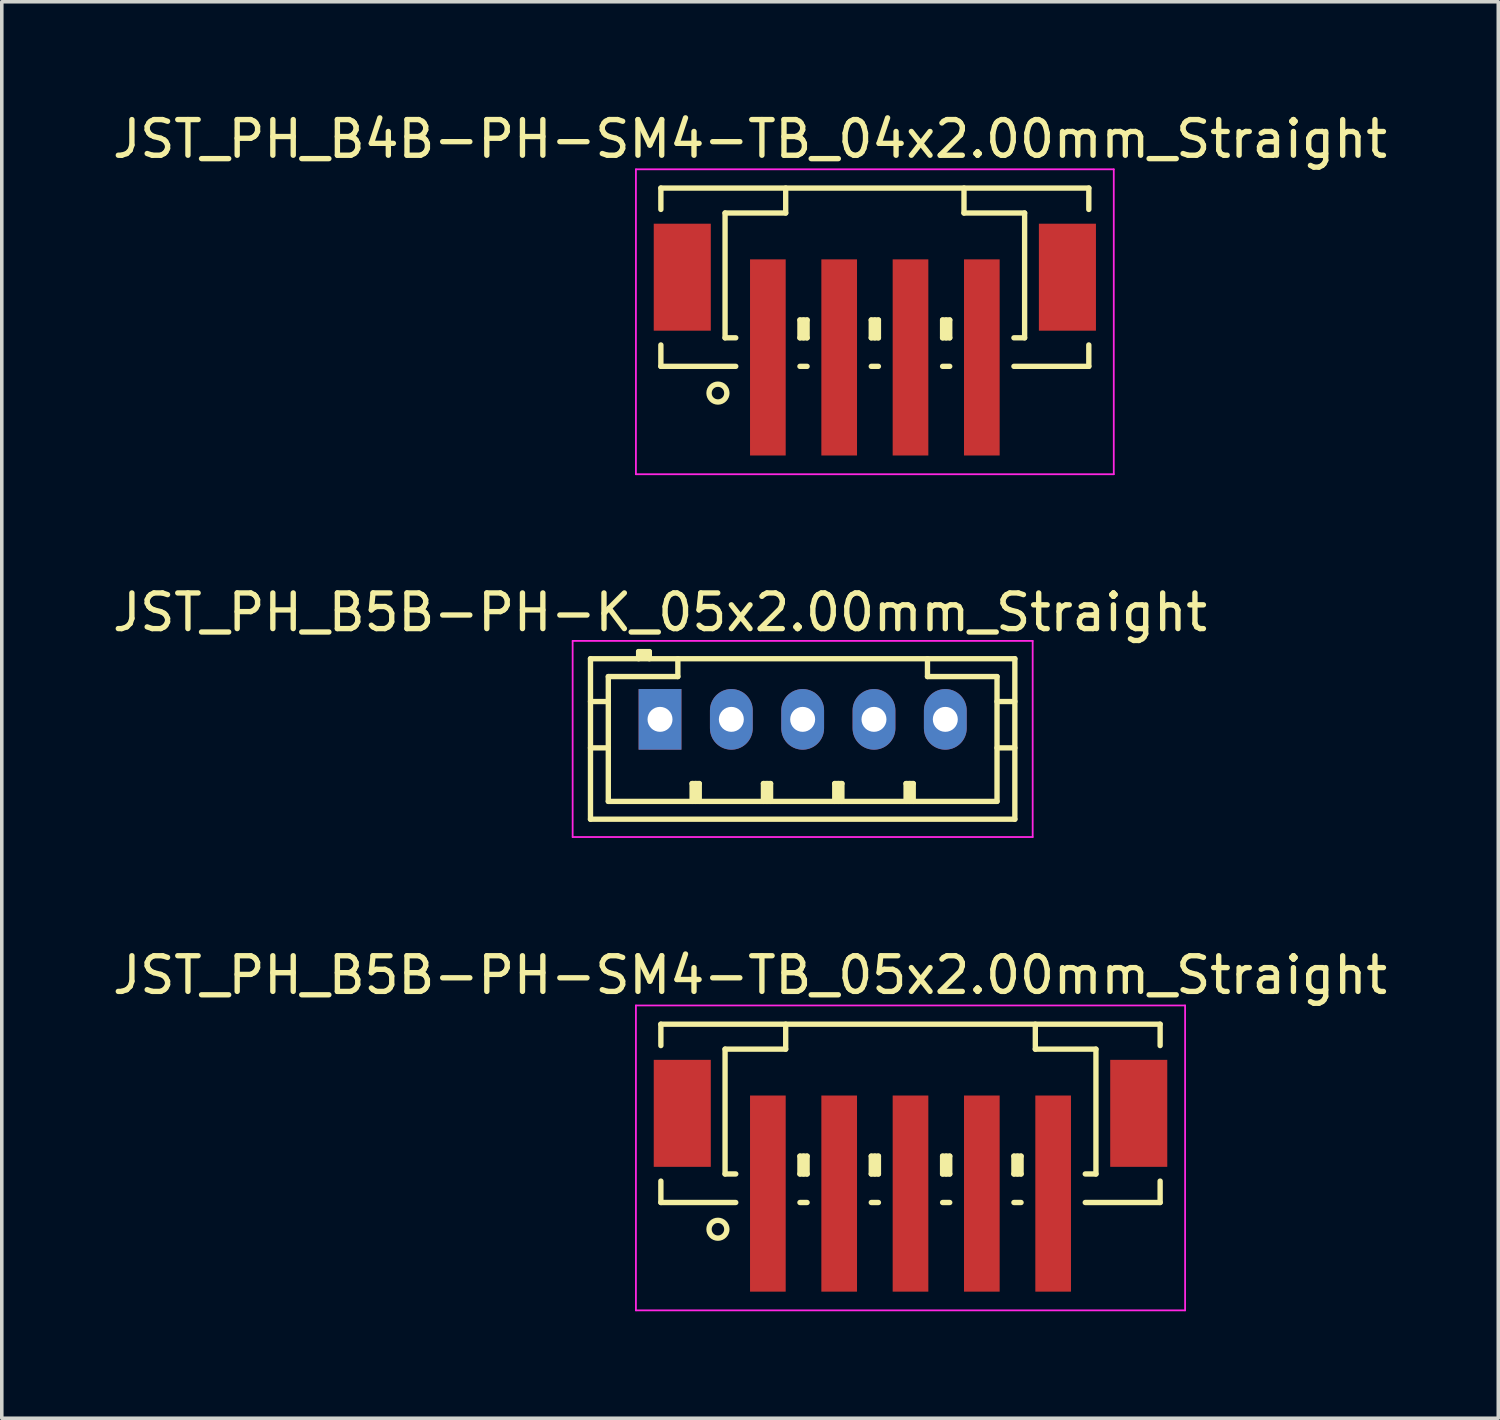
<source format=kicad_pcb>
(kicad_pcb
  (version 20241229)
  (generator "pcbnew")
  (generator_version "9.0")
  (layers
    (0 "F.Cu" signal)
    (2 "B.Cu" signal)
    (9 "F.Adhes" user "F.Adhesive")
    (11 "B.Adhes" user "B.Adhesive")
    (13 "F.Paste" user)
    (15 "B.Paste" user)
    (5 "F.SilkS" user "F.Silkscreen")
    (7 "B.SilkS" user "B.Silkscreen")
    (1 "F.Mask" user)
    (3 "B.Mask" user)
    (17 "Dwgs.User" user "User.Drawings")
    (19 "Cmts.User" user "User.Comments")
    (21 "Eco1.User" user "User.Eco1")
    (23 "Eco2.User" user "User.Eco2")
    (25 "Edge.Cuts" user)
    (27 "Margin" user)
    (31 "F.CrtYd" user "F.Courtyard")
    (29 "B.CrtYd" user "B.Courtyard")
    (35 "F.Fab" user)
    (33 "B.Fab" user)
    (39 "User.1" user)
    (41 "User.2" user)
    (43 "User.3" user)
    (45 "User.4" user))
  (footprint "JST_PH_B4B-PH-SM4-TB_04x2.00mm_Straight"
    (layer "F.Cu")
    (at 21.482 5.848)
    (property "Reference" "JST_PH_B4B-PH-SM4-TB_04x2.00mm_Straight" (at -3.5 -5 0) (layer "F.SilkS") (effects (font (size 1 1) (thickness 0.15))))
    (attr smd)
    (fp_line (start -6 -3.625) (end 6 -3.625) (stroke (width 0.15) (type solid)) (layer "F.SilkS"))
    (fp_line (start -6 -3.025) (end -6 -3.625) (stroke (width 0.15) (type solid)) (layer "F.SilkS"))
    (fp_line (start -6 0.775) (end -6 1.375) (stroke (width 0.15) (type solid)) (layer "F.SilkS"))
    (fp_line (start -6 1.375) (end -3.9 1.375) (stroke (width 0.15) (type solid)) (layer "F.SilkS"))
    (fp_line (start -4.2 -2.925) (end -4.2 0.575) (stroke (width 0.15) (type solid)) (layer "F.SilkS"))
    (fp_line (start -4.2 0.575) (end -3.9 0.575) (stroke (width 0.15) (type solid)) (layer "F.SilkS"))
    (fp_line (start -2.5 -3.625) (end -2.5 -2.925) (stroke (width 0.15) (type solid)) (layer "F.SilkS"))
    (fp_line (start -2.5 -2.925) (end -4.2 -2.925) (stroke (width 0.15) (type solid)) (layer "F.SilkS"))
    (fp_line (start -2.1 0.075) (end -1.9 0.075) (stroke (width 0.15) (type solid)) (layer "F.SilkS"))
    (fp_line (start -2.1 0.575) (end -2.1 0.075) (stroke (width 0.15) (type solid)) (layer "F.SilkS"))
    (fp_line (start -2.1 0.575) (end -1.9 0.575) (stroke (width 0.15) (type solid)) (layer "F.SilkS"))
    (fp_line (start -2.1 1.375) (end -1.9 1.375) (stroke (width 0.15) (type solid)) (layer "F.SilkS"))
    (fp_line (start -2 0.575) (end -2 0.075) (stroke (width 0.15) (type solid)) (layer "F.SilkS"))
    (fp_line (start -1.9 0.075) (end -1.9 0.575) (stroke (width 0.15) (type solid)) (layer "F.SilkS"))
    (fp_line (start -0.1 0.075) (end 0.1 0.075) (stroke (width 0.15) (type solid)) (layer "F.SilkS"))
    (fp_line (start -0.1 0.575) (end -0.1 0.075) (stroke (width 0.15) (type solid)) (layer "F.SilkS"))
    (fp_line (start -0.1 0.575) (end 0.1 0.575) (stroke (width 0.15) (type solid)) (layer "F.SilkS"))
    (fp_line (start -0.1 1.375) (end 0.1 1.375) (stroke (width 0.15) (type solid)) (layer "F.SilkS"))
    (fp_line (start 0 0.575) (end 0 0.075) (stroke (width 0.15) (type solid)) (layer "F.SilkS"))
    (fp_line (start 0.1 0.075) (end 0.1 0.575) (stroke (width 0.15) (type solid)) (layer "F.SilkS"))
    (fp_line (start 1.9 0.075) (end 2.1 0.075) (stroke (width 0.15) (type solid)) (layer "F.SilkS"))
    (fp_line (start 1.9 0.575) (end 1.9 0.075) (stroke (width 0.15) (type solid)) (layer "F.SilkS"))
    (fp_line (start 1.9 0.575) (end 2.1 0.575) (stroke (width 0.15) (type solid)) (layer "F.SilkS"))
    (fp_line (start 1.9 1.375) (end 2.1 1.375) (stroke (width 0.15) (type solid)) (layer "F.SilkS"))
    (fp_line (start 2 0.575) (end 2 0.075) (stroke (width 0.15) (type solid)) (layer "F.SilkS"))
    (fp_line (start 2.1 0.075) (end 2.1 0.575) (stroke (width 0.15) (type solid)) (layer "F.SilkS"))
    (fp_line (start 2.5 -3.625) (end 2.5 -2.925) (stroke (width 0.15) (type solid)) (layer "F.SilkS"))
    (fp_line (start 2.5 -2.925) (end 4.2 -2.925) (stroke (width 0.15) (type solid)) (layer "F.SilkS"))
    (fp_line (start 4.2 -2.925) (end 4.2 0.575) (stroke (width 0.15) (type solid)) (layer "F.SilkS"))
    (fp_line (start 4.2 0.575) (end 3.9 0.575) (stroke (width 0.15) (type solid)) (layer "F.SilkS"))
    (fp_line (start 6 -3.625) (end 6 -3.025) (stroke (width 0.15) (type solid)) (layer "F.SilkS"))
    (fp_line (start 6 0.775) (end 6 1.375) (stroke (width 0.15) (type solid)) (layer "F.SilkS"))
    (fp_line (start 6 1.375) (end 3.9 1.375) (stroke (width 0.15) (type solid)) (layer "F.SilkS"))
    (fp_circle (center -4.4 2.125) (end -4.15 2.125) (stroke (width 0.15) (type solid)) (fill no) (layer "F.SilkS"))
    (fp_line (start -6.7 -4.15) (end 6.7 -4.15) (stroke (width 0.05) (type solid)) (layer "F.CrtYd"))
    (fp_line (start -6.7 4.4) (end -6.7 -4.15) (stroke (width 0.05) (type solid)) (layer "F.CrtYd"))
    (fp_line (start 6.7 -4.15) (end 6.7 4.4) (stroke (width 0.05) (type solid)) (layer "F.CrtYd"))
    (fp_line (start 6.7 4.4) (end -6.7 4.4) (stroke (width 0.05) (type solid)) (layer "F.CrtYd"))
    (pad "" smd rect (at -5.4 -1.125) (size 1.6 3) (layers "F.Cu" "F.Mask" "F.Paste"))
    (pad "" smd rect (at 5.4 -1.125) (size 1.6 3) (layers "F.Cu" "F.Mask" "F.Paste"))
    (pad "1" smd rect (at -3 1.125) (size 1 5.5) (layers "F.Cu" "F.Mask" "F.Paste"))
    (pad "2" smd rect (at -1 1.125) (size 1 5.5) (layers "F.Cu" "F.Mask" "F.Paste"))
    (pad "3" smd rect (at 1 1.125) (size 1 5.5) (layers "F.Cu" "F.Mask" "F.Paste"))
    (pad "4" smd rect (at 3 1.125) (size 1 5.5) (layers "F.Cu" "F.Mask" "F.Paste")))
  (footprint "JST_PH_B5B-PH-SM4-TB_05x2.00mm_Straight"
    (layer "F.Cu")
    (at 22.482 29.295)
    (property "Reference" "JST_PH_B5B-PH-SM4-TB_05x2.00mm_Straight" (at -4.5 -5 0) (layer "F.SilkS") (effects (font (size 1 1) (thickness 0.15))))
    (attr smd)
    (fp_line (start -7 -3.625) (end 7 -3.625) (stroke (width 0.15) (type solid)) (layer "F.SilkS"))
    (fp_line (start -7 -3.025) (end -7 -3.625) (stroke (width 0.15) (type solid)) (layer "F.SilkS"))
    (fp_line (start -7 0.775) (end -7 1.375) (stroke (width 0.15) (type solid)) (layer "F.SilkS"))
    (fp_line (start -7 1.375) (end -4.9 1.375) (stroke (width 0.15) (type solid)) (layer "F.SilkS"))
    (fp_line (start -5.2 -2.925) (end -5.2 0.575) (stroke (width 0.15) (type solid)) (layer "F.SilkS"))
    (fp_line (start -5.2 0.575) (end -4.9 0.575) (stroke (width 0.15) (type solid)) (layer "F.SilkS"))
    (fp_line (start -3.5 -3.625) (end -3.5 -2.925) (stroke (width 0.15) (type solid)) (layer "F.SilkS"))
    (fp_line (start -3.5 -2.925) (end -5.2 -2.925) (stroke (width 0.15) (type solid)) (layer "F.SilkS"))
    (fp_line (start -3.1 0.075) (end -2.9 0.075) (stroke (width 0.15) (type solid)) (layer "F.SilkS"))
    (fp_line (start -3.1 0.575) (end -3.1 0.075) (stroke (width 0.15) (type solid)) (layer "F.SilkS"))
    (fp_line (start -3.1 0.575) (end -2.9 0.575) (stroke (width 0.15) (type solid)) (layer "F.SilkS"))
    (fp_line (start -3.1 1.375) (end -2.9 1.375) (stroke (width 0.15) (type solid)) (layer "F.SilkS"))
    (fp_line (start -3 0.575) (end -3 0.075) (stroke (width 0.15) (type solid)) (layer "F.SilkS"))
    (fp_line (start -2.9 0.075) (end -2.9 0.575) (stroke (width 0.15) (type solid)) (layer "F.SilkS"))
    (fp_line (start -1.1 0.075) (end -0.9 0.075) (stroke (width 0.15) (type solid)) (layer "F.SilkS"))
    (fp_line (start -1.1 0.575) (end -1.1 0.075) (stroke (width 0.15) (type solid)) (layer "F.SilkS"))
    (fp_line (start -1.1 0.575) (end -0.9 0.575) (stroke (width 0.15) (type solid)) (layer "F.SilkS"))
    (fp_line (start -1.1 1.375) (end -0.9 1.375) (stroke (width 0.15) (type solid)) (layer "F.SilkS"))
    (fp_line (start -1 0.575) (end -1 0.075) (stroke (width 0.15) (type solid)) (layer "F.SilkS"))
    (fp_line (start -0.9 0.075) (end -0.9 0.575) (stroke (width 0.15) (type solid)) (layer "F.SilkS"))
    (fp_line (start 0.9 0.075) (end 1.1 0.075) (stroke (width 0.15) (type solid)) (layer "F.SilkS"))
    (fp_line (start 0.9 0.575) (end 0.9 0.075) (stroke (width 0.15) (type solid)) (layer "F.SilkS"))
    (fp_line (start 0.9 0.575) (end 1.1 0.575) (stroke (width 0.15) (type solid)) (layer "F.SilkS"))
    (fp_line (start 0.9 1.375) (end 1.1 1.375) (stroke (width 0.15) (type solid)) (layer "F.SilkS"))
    (fp_line (start 1 0.575) (end 1 0.075) (stroke (width 0.15) (type solid)) (layer "F.SilkS"))
    (fp_line (start 1.1 0.075) (end 1.1 0.575) (stroke (width 0.15) (type solid)) (layer "F.SilkS"))
    (fp_line (start 2.9 0.075) (end 3.1 0.075) (stroke (width 0.15) (type solid)) (layer "F.SilkS"))
    (fp_line (start 2.9 0.575) (end 2.9 0.075) (stroke (width 0.15) (type solid)) (layer "F.SilkS"))
    (fp_line (start 2.9 0.575) (end 3.1 0.575) (stroke (width 0.15) (type solid)) (layer "F.SilkS"))
    (fp_line (start 2.9 1.375) (end 3.1 1.375) (stroke (width 0.15) (type solid)) (layer "F.SilkS"))
    (fp_line (start 3 0.575) (end 3 0.075) (stroke (width 0.15) (type solid)) (layer "F.SilkS"))
    (fp_line (start 3.1 0.075) (end 3.1 0.575) (stroke (width 0.15) (type solid)) (layer "F.SilkS"))
    (fp_line (start 3.5 -3.625) (end 3.5 -2.925) (stroke (width 0.15) (type solid)) (layer "F.SilkS"))
    (fp_line (start 3.5 -2.925) (end 5.2 -2.925) (stroke (width 0.15) (type solid)) (layer "F.SilkS"))
    (fp_line (start 5.2 -2.925) (end 5.2 0.575) (stroke (width 0.15) (type solid)) (layer "F.SilkS"))
    (fp_line (start 5.2 0.575) (end 4.9 0.575) (stroke (width 0.15) (type solid)) (layer "F.SilkS"))
    (fp_line (start 7 -3.625) (end 7 -3.025) (stroke (width 0.15) (type solid)) (layer "F.SilkS"))
    (fp_line (start 7 0.775) (end 7 1.375) (stroke (width 0.15) (type solid)) (layer "F.SilkS"))
    (fp_line (start 7 1.375) (end 4.9 1.375) (stroke (width 0.15) (type solid)) (layer "F.SilkS"))
    (fp_circle (center -5.4 2.125) (end -5.15 2.125) (stroke (width 0.15) (type solid)) (fill no) (layer "F.SilkS"))
    (fp_line (start -7.7 -4.15) (end 7.7 -4.15) (stroke (width 0.05) (type solid)) (layer "F.CrtYd"))
    (fp_line (start -7.7 4.4) (end -7.7 -4.15) (stroke (width 0.05) (type solid)) (layer "F.CrtYd"))
    (fp_line (start 7.7 -4.15) (end 7.7 4.4) (stroke (width 0.05) (type solid)) (layer "F.CrtYd"))
    (fp_line (start 7.7 4.4) (end -7.7 4.4) (stroke (width 0.05) (type solid)) (layer "F.CrtYd"))
    (pad "" smd rect (at -6.4 -1.125) (size 1.6 3) (layers "F.Cu" "F.Mask" "F.Paste"))
    (pad "" smd rect (at 6.4 -1.125) (size 1.6 3) (layers "F.Cu" "F.Mask" "F.Paste"))
    (pad "1" smd rect (at -4 1.125) (size 1 5.5) (layers "F.Cu" "F.Mask" "F.Paste"))
    (pad "2" smd rect (at -2 1.125) (size 1 5.5) (layers "F.Cu" "F.Mask" "F.Paste"))
    (pad "3" smd rect (at 0 1.125) (size 1 5.5) (layers "F.Cu" "F.Mask" "F.Paste"))
    (pad "4" smd rect (at 2 1.125) (size 1 5.5) (layers "F.Cu" "F.Mask" "F.Paste"))
    (pad "5" smd rect (at 4 1.125) (size 1 5.5) (layers "F.Cu" "F.Mask" "F.Paste")))
  (footprint "JST_PH_B5B-PH-K_05x2.00mm_Straight"
    (layer "F.Cu")
    (at 15.458 17.122)
    (property "Reference" "JST_PH_B5B-PH-K_05x2.00mm_Straight" (at 0 -3 0) (layer "F.SilkS") (effects (font (size 1 1) (thickness 0.15))))
    (attr through_hole)
    (fp_line (start -1.95 -1.7) (end 9.95 -1.7) (stroke (width 0.15) (type solid)) (layer "F.SilkS"))
    (fp_line (start -1.95 -0.5) (end -1.45 -0.5) (stroke (width 0.15) (type solid)) (layer "F.SilkS"))
    (fp_line (start -1.95 0.8) (end -1.45 0.8) (stroke (width 0.15) (type solid)) (layer "F.SilkS"))
    (fp_line (start -1.95 2.8) (end -1.95 -1.7) (stroke (width 0.15) (type solid)) (layer "F.SilkS"))
    (fp_line (start -1.45 -1.2) (end -1.45 2.3) (stroke (width 0.15) (type solid)) (layer "F.SilkS"))
    (fp_line (start -1.45 2.3) (end 9.45 2.3) (stroke (width 0.15) (type solid)) (layer "F.SilkS"))
    (fp_line (start -0.6 -1.9) (end -0.6 -1.7) (stroke (width 0.15) (type solid)) (layer "F.SilkS"))
    (fp_line (start -0.3 -1.9) (end -0.6 -1.9) (stroke (width 0.15) (type solid)) (layer "F.SilkS"))
    (fp_line (start -0.3 -1.8) (end -0.6 -1.8) (stroke (width 0.15) (type solid)) (layer "F.SilkS"))
    (fp_line (start -0.3 -1.7) (end -0.3 -1.9) (stroke (width 0.15) (type solid)) (layer "F.SilkS"))
    (fp_line (start 0.5 -1.7) (end 0.5 -1.2) (stroke (width 0.15) (type solid)) (layer "F.SilkS"))
    (fp_line (start 0.5 -1.2) (end -1.45 -1.2) (stroke (width 0.15) (type solid)) (layer "F.SilkS"))
    (fp_line (start 0.9 1.8) (end 1.1 1.8) (stroke (width 0.15) (type solid)) (layer "F.SilkS"))
    (fp_line (start 0.9 2.3) (end 0.9 1.8) (stroke (width 0.15) (type solid)) (layer "F.SilkS"))
    (fp_line (start 1 2.3) (end 1 1.8) (stroke (width 0.15) (type solid)) (layer "F.SilkS"))
    (fp_line (start 1.1 1.8) (end 1.1 2.3) (stroke (width 0.15) (type solid)) (layer "F.SilkS"))
    (fp_line (start 2.9 1.8) (end 3.1 1.8) (stroke (width 0.15) (type solid)) (layer "F.SilkS"))
    (fp_line (start 2.9 2.3) (end 2.9 1.8) (stroke (width 0.15) (type solid)) (layer "F.SilkS"))
    (fp_line (start 3 2.3) (end 3 1.8) (stroke (width 0.15) (type solid)) (layer "F.SilkS"))
    (fp_line (start 3.1 1.8) (end 3.1 2.3) (stroke (width 0.15) (type solid)) (layer "F.SilkS"))
    (fp_line (start 4.9 1.8) (end 5.1 1.8) (stroke (width 0.15) (type solid)) (layer "F.SilkS"))
    (fp_line (start 4.9 2.3) (end 4.9 1.8) (stroke (width 0.15) (type solid)) (layer "F.SilkS"))
    (fp_line (start 5 2.3) (end 5 1.8) (stroke (width 0.15) (type solid)) (layer "F.SilkS"))
    (fp_line (start 5.1 1.8) (end 5.1 2.3) (stroke (width 0.15) (type solid)) (layer "F.SilkS"))
    (fp_line (start 6.9 1.8) (end 7.1 1.8) (stroke (width 0.15) (type solid)) (layer "F.SilkS"))
    (fp_line (start 6.9 2.3) (end 6.9 1.8) (stroke (width 0.15) (type solid)) (layer "F.SilkS"))
    (fp_line (start 7 2.3) (end 7 1.8) (stroke (width 0.15) (type solid)) (layer "F.SilkS"))
    (fp_line (start 7.1 1.8) (end 7.1 2.3) (stroke (width 0.15) (type solid)) (layer "F.SilkS"))
    (fp_line (start 7.5 -1.2) (end 7.5 -1.7) (stroke (width 0.15) (type solid)) (layer "F.SilkS"))
    (fp_line (start 9.45 -1.2) (end 7.5 -1.2) (stroke (width 0.15) (type solid)) (layer "F.SilkS"))
    (fp_line (start 9.45 -0.5) (end 9.95 -0.5) (stroke (width 0.15) (type solid)) (layer "F.SilkS"))
    (fp_line (start 9.45 0.8) (end 9.95 0.8) (stroke (width 0.15) (type solid)) (layer "F.SilkS"))
    (fp_line (start 9.45 2.3) (end 9.45 -1.2) (stroke (width 0.15) (type solid)) (layer "F.SilkS"))
    (fp_line (start 9.95 -1.7) (end 9.95 2.8) (stroke (width 0.15) (type solid)) (layer "F.SilkS"))
    (fp_line (start 9.95 2.8) (end -1.95 2.8) (stroke (width 0.15) (type solid)) (layer "F.SilkS"))
    (fp_line (start -2.45 -2.2) (end 10.45 -2.2) (stroke (width 0.05) (type solid)) (layer "F.CrtYd"))
    (fp_line (start -2.45 3.3) (end -2.45 -2.2) (stroke (width 0.05) (type solid)) (layer "F.CrtYd"))
    (fp_line (start 10.45 -2.2) (end 10.45 3.3) (stroke (width 0.05) (type solid)) (layer "F.CrtYd"))
    (fp_line (start 10.45 3.3) (end -2.45 3.3) (stroke (width 0.05) (type solid)) (layer "F.CrtYd"))
    (pad "1" thru_hole rect (at 0 0) (size 1.2 1.7) (drill 0.7) (layers "*.Cu" "*.Mask"))
    (pad "2" thru_hole oval (at 2 0) (size 1.2 1.7) (drill 0.7) (layers "*.Cu" "*.Mask"))
    (pad "3" thru_hole oval (at 4 0) (size 1.2 1.7) (drill 0.7) (layers "*.Cu" "*.Mask"))
    (pad "4" thru_hole oval (at 6 0) (size 1.2 1.7) (drill 0.7) (layers "*.Cu" "*.Mask"))
    (pad "5" thru_hole oval (at 8 0) (size 1.2 1.7) (drill 0.7) (layers "*.Cu" "*.Mask")))
  (gr_rect
    (start -3 -3)
    (end 38.964 36.72)
    (stroke (width 0.1) (type default))
    (fill no)
    (layer "Edge.Cuts")))
</source>
